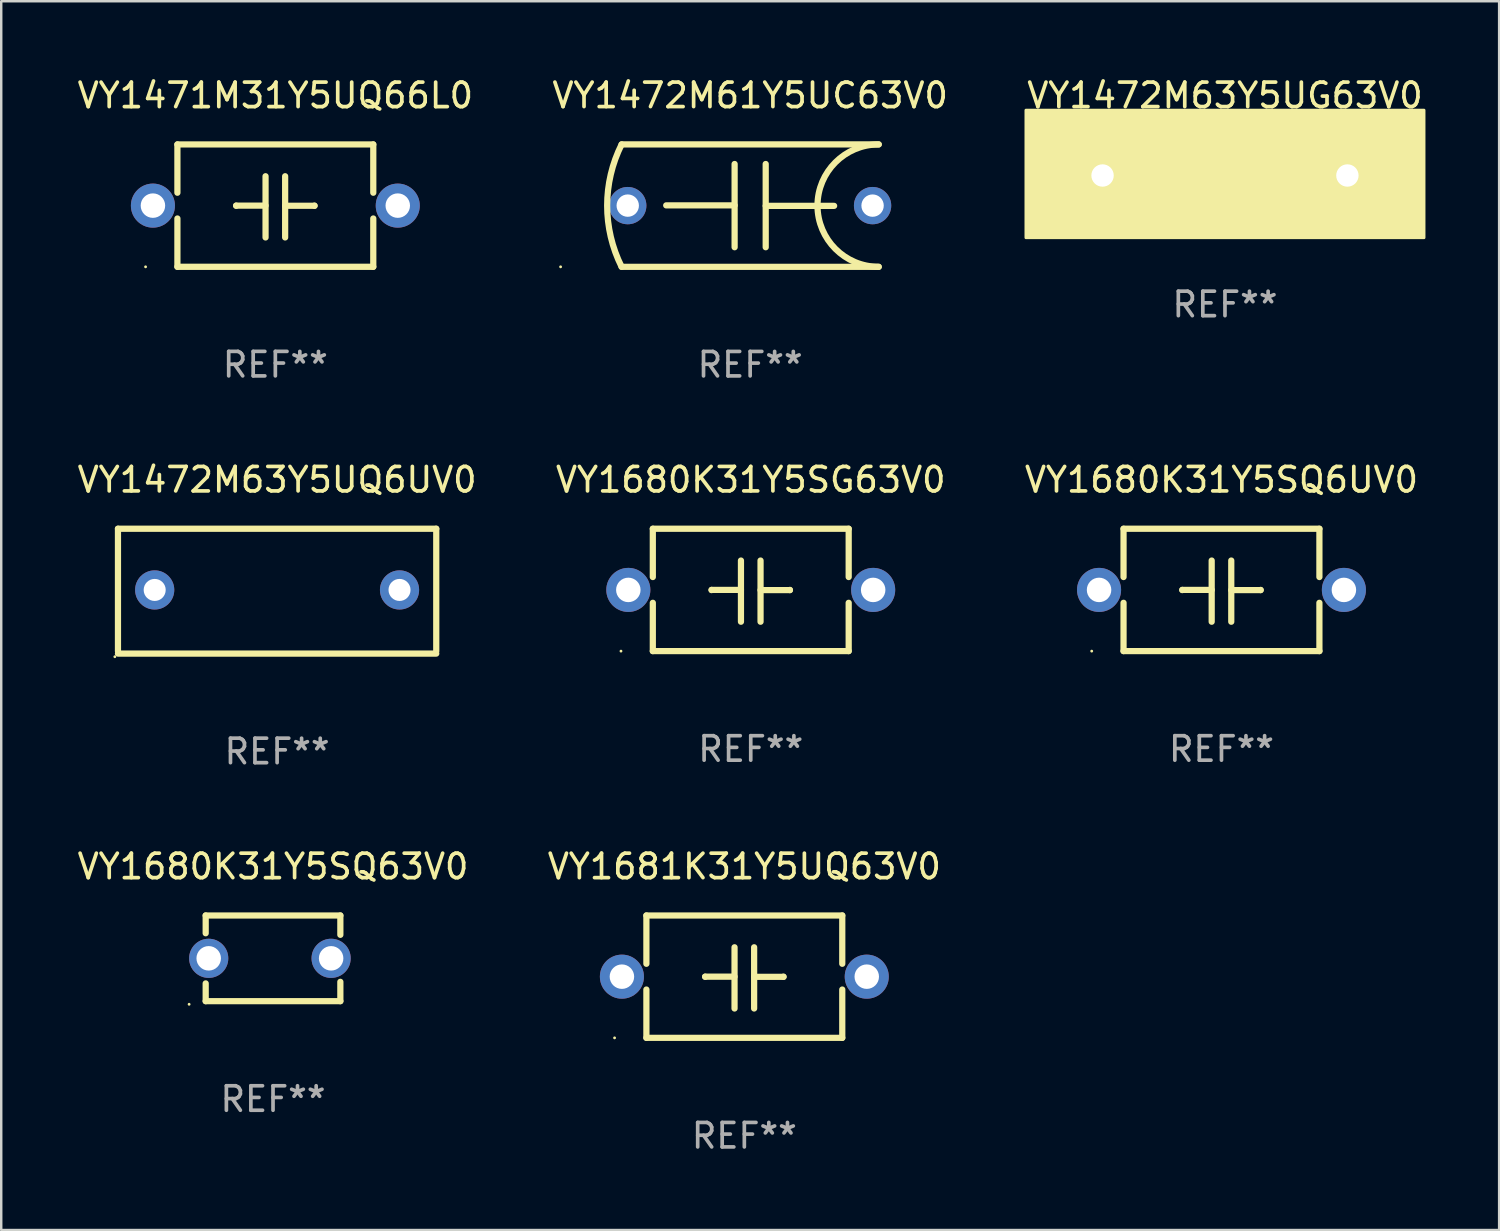
<source format=kicad_pcb>
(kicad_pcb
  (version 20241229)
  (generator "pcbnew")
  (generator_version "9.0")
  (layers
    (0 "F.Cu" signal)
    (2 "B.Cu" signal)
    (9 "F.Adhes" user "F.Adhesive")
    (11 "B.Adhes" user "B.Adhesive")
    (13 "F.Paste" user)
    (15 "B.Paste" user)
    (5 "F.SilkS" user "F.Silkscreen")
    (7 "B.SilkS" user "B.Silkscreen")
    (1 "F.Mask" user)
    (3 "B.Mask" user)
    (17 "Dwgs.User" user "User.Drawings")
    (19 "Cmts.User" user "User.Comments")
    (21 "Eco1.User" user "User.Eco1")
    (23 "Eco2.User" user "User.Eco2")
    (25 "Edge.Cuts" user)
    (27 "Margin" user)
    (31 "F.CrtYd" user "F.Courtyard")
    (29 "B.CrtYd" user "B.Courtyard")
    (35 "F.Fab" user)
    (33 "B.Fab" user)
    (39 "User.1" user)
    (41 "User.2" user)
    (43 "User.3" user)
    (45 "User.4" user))
  (footprint "VY1681K31Y5UQ63V0"
    (layer "F.Cu")
    (at 27.351 36.84)
    (property "Reference" "VY1681K31Y5UQ63V0" (at 0 -4.499 0) (layer "F.SilkS") (effects (font (size 1 1) (thickness 0.15))))
    (attr through_hole)
    (fp_line (start -4 -2.499) (end -4 -0.526) (stroke (width 0.254) (type solid)) (layer "F.SilkS"))
    (fp_line (start -4 -2.499) (end 4 -2.499) (stroke (width 0.254) (type solid)) (layer "F.SilkS"))
    (fp_line (start -4 0.526) (end -4 2.499) (stroke (width 0.254) (type solid)) (layer "F.SilkS"))
    (fp_line (start -1.6 0) (end -1.6 0.007) (stroke (width 0.254) (type solid)) (layer "F.SilkS"))
    (fp_line (start -0.4 0) (end -1.6 0) (stroke (width 0.254) (type solid)) (layer "F.SilkS"))
    (fp_line (start -0.4 1.3) (end -0.4 -1.2) (stroke (width 0.254) (type solid)) (layer "F.SilkS"))
    (fp_line (start 0.4 -1.2) (end 0.4 1.3) (stroke (width 0.254) (type solid)) (layer "F.SilkS"))
    (fp_line (start 0.4 0.007) (end 1.6 0.007) (stroke (width 0.254) (type solid)) (layer "F.SilkS"))
    (fp_line (start 1.6 0.007) (end 1.6 0) (stroke (width 0.254) (type solid)) (layer "F.SilkS"))
    (fp_line (start 4 -2.499) (end 4 -0.526) (stroke (width 0.254) (type solid)) (layer "F.SilkS"))
    (fp_line (start 4 0.526) (end 4 2.499) (stroke (width 0.254) (type solid)) (layer "F.SilkS"))
    (fp_line (start 4 2.499) (end -4 2.499) (stroke (width 0.254) (type solid)) (layer "F.SilkS"))
    (fp_circle (center -5.3 2.5) (end -5.27 2.5) (stroke (width 0.06) (type solid)) (fill no) (layer "F.SilkS"))
    (fp_text user "REF**" (at 0 6.499 0) (layer "F.Fab") (effects (font (size 1 1) (thickness 0.15))))
    (pad "1" thru_hole circle (at -5 0) (size 1.8 1.8) (drill 1) (layers "*.Cu" "*.Mask"))
    (pad "2" thru_hole circle (at 5 0) (size 1.8 1.8) (drill 1) (layers "*.Cu" "*.Mask")))
  (footprint "VY1680K31Y5SQ63V0"
    (layer "F.Cu")
    (at 8.101 36.091)
    (property "Reference" "VY1680K31Y5SQ63V0" (at 0 -3.75 0) (layer "F.SilkS") (effects (font (size 1 1) (thickness 0.15))))
    (attr through_hole)
    (fp_line (start -2.75 -1.75) (end -2.75 -1.024) (stroke (width 0.254) (type solid)) (layer "F.SilkS"))
    (fp_line (start -2.75 -1.75) (end 2.75 -1.75) (stroke (width 0.254) (type solid)) (layer "F.SilkS"))
    (fp_line (start -2.75 1.024) (end -2.75 1.75) (stroke (width 0.254) (type solid)) (layer "F.SilkS"))
    (fp_line (start 2.75 -1.75) (end 2.75 -0.96) (stroke (width 0.254) (type solid)) (layer "F.SilkS"))
    (fp_line (start 2.75 0.96) (end 2.75 1.75) (stroke (width 0.254) (type solid)) (layer "F.SilkS"))
    (fp_line (start 2.75 1.75) (end -2.75 1.75) (stroke (width 0.254) (type solid)) (layer "F.SilkS"))
    (fp_circle (center -3.427 1.877) (end -3.397 1.877) (stroke (width 0.06) (type solid)) (fill no) (layer "F.SilkS"))
    (fp_text user "REF**" (at 0 5.75 0) (layer "F.Fab") (effects (font (size 1 1) (thickness 0.15))))
    (pad "1" thru_hole circle (at -2.627 0) (size 1.6 1.6) (drill 1) (layers "*.Cu" "*.Mask"))
    (pad "2" thru_hole circle (at 2.373 0) (size 1.6 1.6) (drill 1) (layers "*.Cu" "*.Mask")))
  (footprint "VY1472M63Y5UG63V0"
    (layer "F.Cu")
    (at 46.982 4.118)
    (property "Reference" "VY1472M63Y5UG63V0" (at 0 -3.27 0) (layer "F.SilkS") (effects (font (size 1 1) (thickness 0.15))))
    (attr through_hole)
    (fp_line (start -0.889 0.000025) (end -2.032 0.000025) (stroke (width 0.254) (type solid)) (layer "F.SilkS"))
    (fp_line (start -0.889 1.27) (end -0.889 -1.27) (stroke (width 0.254) (type solid)) (layer "F.SilkS"))
    (fp_line (start 0.889 -1.27) (end 0.889 1.27) (stroke (width 0.254) (type solid)) (layer "F.SilkS"))
    (fp_line (start 0.889 -0.000025) (end 2.032 -0.000025) (stroke (width 0.254) (type solid)) (layer "F.SilkS"))
    (fp_circle (center -8 2.5) (end -7.97 2.5) (stroke (width 0.06) (type solid)) (fill no) (layer "F.SilkS"))
    (fp_poly (pts (xy -8.128 -2.667) (xy 8.128 -2.667) (xy 8.128 2.54) (xy -8.128 2.54)) (stroke (width 0.12) (type solid)) (fill yes) (layer "F.SilkS"))
    (fp_text user "REF**" (at 0 5.27 0) (layer "F.Fab") (effects (font (size 1 1) (thickness 0.15))))
    (pad "1" thru_hole circle (at -5 0) (size 1.524 1.524) (drill 0.914) (layers "*.Cu" "*.Mask"))
    (pad "2" thru_hole circle (at 5 0) (size 1.524 1.524) (drill 0.914) (layers "*.Cu" "*.Mask")))
  (footprint "VY1472M63Y5UQ6UV0"
    (layer "F.Cu")
    (at 8.268 21.095)
    (property "Reference" "VY1472M63Y5UQ6UV0" (at 0 -4.55 0) (layer "F.SilkS") (effects (font (size 1 1) (thickness 0.15))))
    (attr through_hole)
    (fp_line (start -6.5 -2.55) (end 6.5 -2.55) (stroke (width 0.254) (type solid)) (layer "F.SilkS"))
    (fp_line (start -6.5 2.45) (end -6.5 -2.55) (stroke (width 0.254) (type solid)) (layer "F.SilkS"))
    (fp_line (start 6.5 -2.55) (end 6.5 2.45) (stroke (width 0.254) (type solid)) (layer "F.SilkS"))
    (fp_line (start 6.5 2.55) (end -6.5 2.55) (stroke (width 0.254) (type solid)) (layer "F.SilkS"))
    (fp_circle (center -6.627 2.677) (end -6.597 2.677) (stroke (width 0.06) (type solid)) (fill no) (layer "F.SilkS"))
    (fp_text user "REF**" (at 0 6.55 0) (layer "F.Fab") (effects (font (size 1 1) (thickness 0.15))))
    (pad "1" thru_hole circle (at -5 -0.05) (size 1.6 1.6) (drill 0.9) (layers "*.Cu" "*.Mask"))
    (pad "2" thru_hole circle (at 5 -0.05) (size 1.6 1.6) (drill 0.9) (layers "*.Cu" "*.Mask")))
  (footprint "VY1471M31Y5UQ66L0"
    (layer "F.Cu")
    (at 8.196 5.348)
    (property "Reference" "VY1471M31Y5UQ66L0" (at 0 -4.499 0) (layer "F.SilkS") (effects (font (size 1 1) (thickness 0.15))))
    (attr through_hole)
    (fp_line (start -4 -2.499) (end -4 -0.526) (stroke (width 0.254) (type solid)) (layer "F.SilkS"))
    (fp_line (start -4 -2.499) (end 4 -2.499) (stroke (width 0.254) (type solid)) (layer "F.SilkS"))
    (fp_line (start -4 0.526) (end -4 2.499) (stroke (width 0.254) (type solid)) (layer "F.SilkS"))
    (fp_line (start -1.6 0) (end -1.6 0.007) (stroke (width 0.254) (type solid)) (layer "F.SilkS"))
    (fp_line (start -0.4 0) (end -1.6 0) (stroke (width 0.254) (type solid)) (layer "F.SilkS"))
    (fp_line (start -0.4 1.3) (end -0.4 -1.2) (stroke (width 0.254) (type solid)) (layer "F.SilkS"))
    (fp_line (start 0.4 -1.2) (end 0.4 1.3) (stroke (width 0.254) (type solid)) (layer "F.SilkS"))
    (fp_line (start 0.4 0.007) (end 1.6 0.007) (stroke (width 0.254) (type solid)) (layer "F.SilkS"))
    (fp_line (start 1.6 0.007) (end 1.6 0) (stroke (width 0.254) (type solid)) (layer "F.SilkS"))
    (fp_line (start 4 -2.499) (end 4 -0.526) (stroke (width 0.254) (type solid)) (layer "F.SilkS"))
    (fp_line (start 4 0.526) (end 4 2.499) (stroke (width 0.254) (type solid)) (layer "F.SilkS"))
    (fp_line (start 4 2.499) (end -4 2.499) (stroke (width 0.254) (type solid)) (layer "F.SilkS"))
    (fp_circle (center -5.3 2.5) (end -5.27 2.5) (stroke (width 0.06) (type solid)) (fill no) (layer "F.SilkS"))
    (fp_text user "REF**" (at 0 6.499 0) (layer "F.Fab") (effects (font (size 1 1) (thickness 0.15))))
    (pad "1" thru_hole circle (at -5 0) (size 1.8 1.8) (drill 1) (layers "*.Cu" "*.Mask"))
    (pad "2" thru_hole circle (at 5 0) (size 1.8 1.8) (drill 1) (layers "*.Cu" "*.Mask")))
  (footprint "VY1472M61Y5UC63V0"
    (layer "F.Cu")
    (at 27.589 5.348)
    (property "Reference" "VY1472M61Y5UC63V0" (at 0 -4.5 0) (layer "F.SilkS") (effects (font (size 1 1) (thickness 0.15))))
    (attr through_hole)
    (fp_line (start -5.25 -2.5) (end 5.25 -2.5) (stroke (width 0.254) (type solid)) (layer "F.SilkS"))
    (fp_line (start -0.635 -1.7) (end -0.635 1.7) (stroke (width 0.254) (type solid)) (layer "F.SilkS"))
    (fp_line (start -0.635 -0.01) (end -3.429 -0.01) (stroke (width 0.254) (type solid)) (layer "F.SilkS"))
    (fp_line (start 0.635 0.01) (end 3.429 0.01) (stroke (width 0.254) (type solid)) (layer "F.SilkS"))
    (fp_line (start 0.635 1.7) (end 0.635 -1.7) (stroke (width 0.254) (type solid)) (layer "F.SilkS"))
    (fp_line (start 5.25 2.5) (end -5.25 2.5) (stroke (width 0.254) (type solid)) (layer "F.SilkS"))
    (fp_arc (start -5.250191 2.499365) (mid -5.840224 -0.000339) (end -5.250013 -2.5) (stroke (width 0.254001) (type solid)) (layer "F.SilkS"))
    (fp_arc (start 5.250013 2.5) (mid 2.750521 0.000229) (end 5.25019 -2.499364) (stroke (width 0.254001) (type solid)) (layer "F.SilkS"))
    (fp_circle (center -7.742 2.5) (end -7.712 2.5) (stroke (width 0.06) (type solid)) (fill no) (layer "F.SilkS"))
    (fp_text user "REF**" (at 0 6.5 0) (layer "F.Fab") (effects (font (size 1 1) (thickness 0.15))))
    (pad "1" thru_hole circle (at -5 0) (size 1.524 1.524) (drill 0.914) (layers "*.Cu" "*.Mask"))
    (pad "2" thru_hole circle (at 5 0) (size 1.524 1.524) (drill 0.914) (layers "*.Cu" "*.Mask")))
  (footprint "VY1680K31Y5SG63V0"
    (layer "F.Cu")
    (at 27.613 21.044)
    (property "Reference" "VY1680K31Y5SG63V0" (at 0 -4.499 0) (layer "F.SilkS") (effects (font (size 1 1) (thickness 0.15))))
    (attr through_hole)
    (fp_line (start -4 -2.499) (end -4 -0.526) (stroke (width 0.254) (type solid)) (layer "F.SilkS"))
    (fp_line (start -4 -2.499) (end 4 -2.499) (stroke (width 0.254) (type solid)) (layer "F.SilkS"))
    (fp_line (start -4 0.526) (end -4 2.499) (stroke (width 0.254) (type solid)) (layer "F.SilkS"))
    (fp_line (start -1.6 0) (end -1.6 0.007) (stroke (width 0.254) (type solid)) (layer "F.SilkS"))
    (fp_line (start -0.4 0) (end -1.6 0) (stroke (width 0.254) (type solid)) (layer "F.SilkS"))
    (fp_line (start -0.4 1.3) (end -0.4 -1.2) (stroke (width 0.254) (type solid)) (layer "F.SilkS"))
    (fp_line (start 0.4 -1.2) (end 0.4 1.3) (stroke (width 0.254) (type solid)) (layer "F.SilkS"))
    (fp_line (start 0.4 0.007) (end 1.6 0.007) (stroke (width 0.254) (type solid)) (layer "F.SilkS"))
    (fp_line (start 1.6 0.007) (end 1.6 0) (stroke (width 0.254) (type solid)) (layer "F.SilkS"))
    (fp_line (start 4 -2.499) (end 4 -0.526) (stroke (width 0.254) (type solid)) (layer "F.SilkS"))
    (fp_line (start 4 0.526) (end 4 2.499) (stroke (width 0.254) (type solid)) (layer "F.SilkS"))
    (fp_line (start 4 2.499) (end -4 2.499) (stroke (width 0.254) (type solid)) (layer "F.SilkS"))
    (fp_circle (center -5.3 2.5) (end -5.27 2.5) (stroke (width 0.06) (type solid)) (fill no) (layer "F.SilkS"))
    (fp_text user "REF**" (at 0 6.499 0) (layer "F.Fab") (effects (font (size 1 1) (thickness 0.15))))
    (pad "1" thru_hole circle (at -5 0) (size 1.8 1.8) (drill 1) (layers "*.Cu" "*.Mask"))
    (pad "2" thru_hole circle (at 5 0) (size 1.8 1.8) (drill 1) (layers "*.Cu" "*.Mask")))
  (footprint "VY1680K31Y5SQ6UV0"
    (layer "F.Cu")
    (at 46.839 21.044)
    (property "Reference" "VY1680K31Y5SQ6UV0" (at 0 -4.499 0) (layer "F.SilkS") (effects (font (size 1 1) (thickness 0.15))))
    (attr through_hole)
    (fp_line (start -4 -2.499) (end -4 -0.526) (stroke (width 0.254) (type solid)) (layer "F.SilkS"))
    (fp_line (start -4 -2.499) (end 4 -2.499) (stroke (width 0.254) (type solid)) (layer "F.SilkS"))
    (fp_line (start -4 0.526) (end -4 2.499) (stroke (width 0.254) (type solid)) (layer "F.SilkS"))
    (fp_line (start -1.6 0) (end -1.6 0.007) (stroke (width 0.254) (type solid)) (layer "F.SilkS"))
    (fp_line (start -0.4 0) (end -1.6 0) (stroke (width 0.254) (type solid)) (layer "F.SilkS"))
    (fp_line (start -0.4 1.3) (end -0.4 -1.2) (stroke (width 0.254) (type solid)) (layer "F.SilkS"))
    (fp_line (start 0.4 -1.2) (end 0.4 1.3) (stroke (width 0.254) (type solid)) (layer "F.SilkS"))
    (fp_line (start 0.4 0.007) (end 1.6 0.007) (stroke (width 0.254) (type solid)) (layer "F.SilkS"))
    (fp_line (start 1.6 0.007) (end 1.6 0) (stroke (width 0.254) (type solid)) (layer "F.SilkS"))
    (fp_line (start 4 -2.499) (end 4 -0.526) (stroke (width 0.254) (type solid)) (layer "F.SilkS"))
    (fp_line (start 4 0.526) (end 4 2.499) (stroke (width 0.254) (type solid)) (layer "F.SilkS"))
    (fp_line (start 4 2.499) (end -4 2.499) (stroke (width 0.254) (type solid)) (layer "F.SilkS"))
    (fp_circle (center -5.3 2.5) (end -5.27 2.5) (stroke (width 0.06) (type solid)) (fill no) (layer "F.SilkS"))
    (fp_text user "REF**" (at 0 6.499 0) (layer "F.Fab") (effects (font (size 1 1) (thickness 0.15))))
    (pad "1" thru_hole circle (at -5 0) (size 1.8 1.8) (drill 1) (layers "*.Cu" "*.Mask"))
    (pad "2" thru_hole circle (at 5 0) (size 1.8 1.8) (drill 1) (layers "*.Cu" "*.Mask")))
  (gr_rect
    (start -3 -3)
    (end 58.179 47.188)
    (stroke (width 0.1) (type default))
    (fill no)
    (layer "Edge.Cuts")))
</source>
